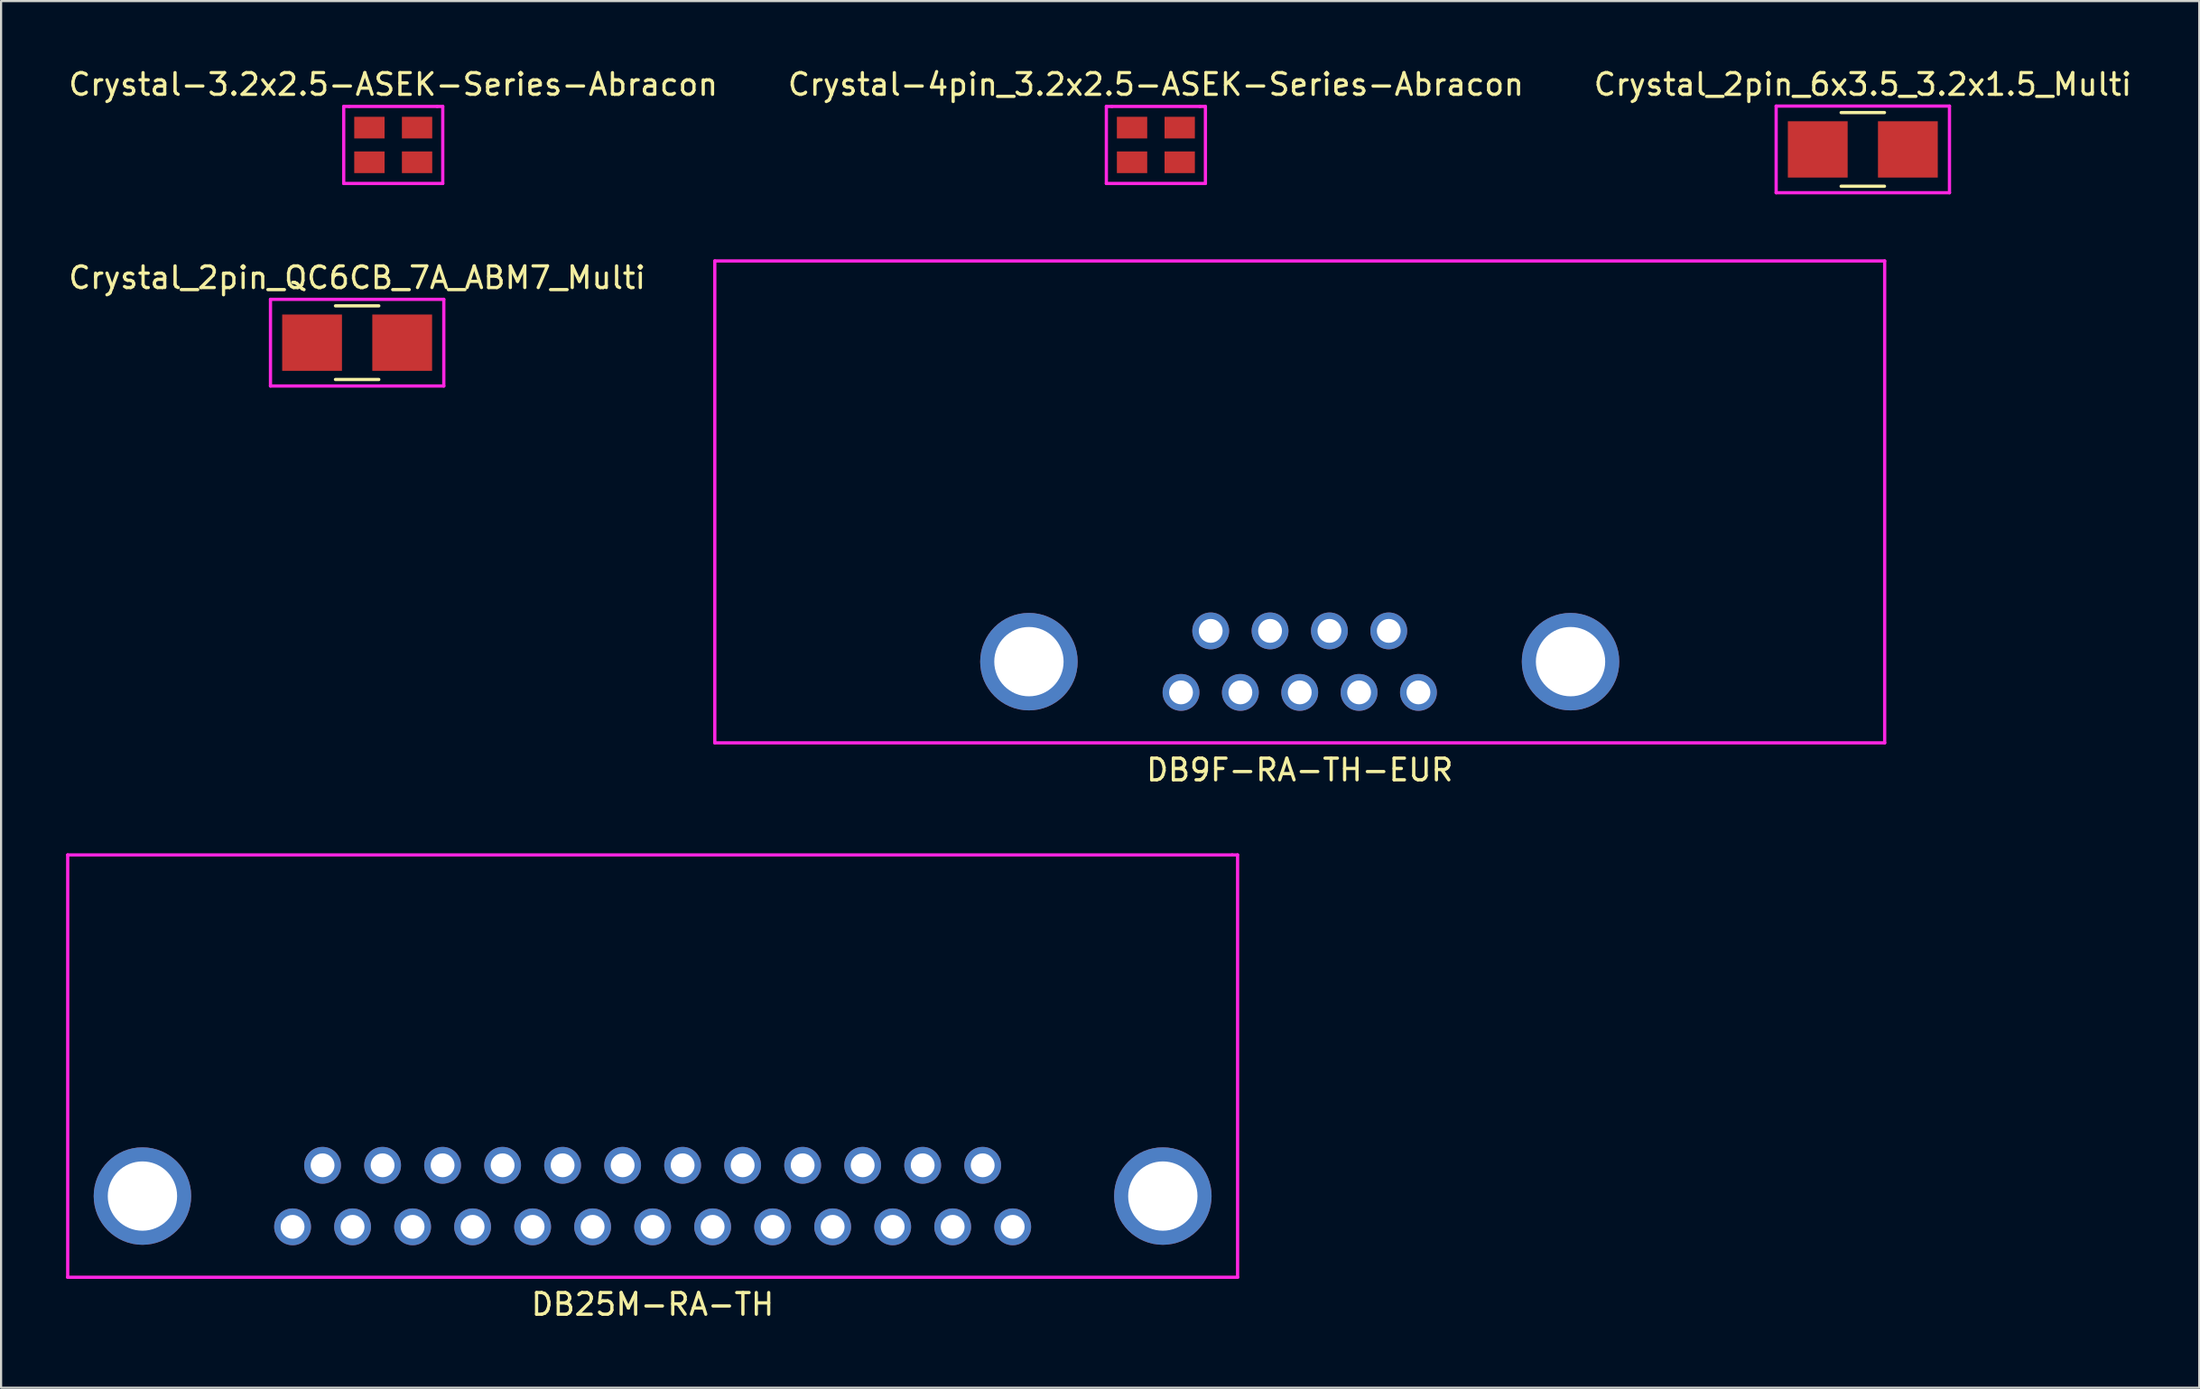
<source format=kicad_pcb>
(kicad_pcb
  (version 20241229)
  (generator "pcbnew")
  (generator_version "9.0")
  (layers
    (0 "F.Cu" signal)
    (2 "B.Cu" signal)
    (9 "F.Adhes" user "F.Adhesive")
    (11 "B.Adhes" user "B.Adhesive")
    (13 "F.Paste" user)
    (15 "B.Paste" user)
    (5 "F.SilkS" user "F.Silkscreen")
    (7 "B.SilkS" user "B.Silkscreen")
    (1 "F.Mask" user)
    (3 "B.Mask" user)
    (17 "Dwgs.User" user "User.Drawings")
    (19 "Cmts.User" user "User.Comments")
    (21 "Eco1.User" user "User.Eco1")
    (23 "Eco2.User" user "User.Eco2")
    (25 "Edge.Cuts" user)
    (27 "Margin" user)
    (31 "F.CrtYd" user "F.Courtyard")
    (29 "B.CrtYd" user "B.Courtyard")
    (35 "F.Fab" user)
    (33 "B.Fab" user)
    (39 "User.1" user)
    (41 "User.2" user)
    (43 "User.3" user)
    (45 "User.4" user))
  (footprint "Crystal-4pin_3.2x2.5-ASEK-Series-Abracon"
    (layer "F.Cu")
    (at 50.304 3.642)
    (property "Reference" "Crystal-4pin_3.2x2.5-ASEK-Series-Abracon" (at 0 -2.794 0) (layer "F.SilkS") (effects (font (size 1 1) (thickness 0.15))))
    (attr through_hole)
    (fp_line (start -2.286 -1.778) (end -2.032 -1.778) (stroke (width 0.15) (type solid)) (layer "F.CrtYd"))
    (fp_line (start -2.286 1.778) (end -2.286 -1.778) (stroke (width 0.15) (type solid)) (layer "F.CrtYd"))
    (fp_line (start -2.032 -1.778) (end 2.032 -1.778) (stroke (width 0.15) (type solid)) (layer "F.CrtYd"))
    (fp_line (start 2.032 -1.778) (end 2.286 -1.778) (stroke (width 0.15) (type solid)) (layer "F.CrtYd"))
    (fp_line (start 2.286 -1.778) (end 2.286 1.778) (stroke (width 0.15) (type solid)) (layer "F.CrtYd"))
    (fp_line (start 2.286 1.778) (end -2.286 1.778) (stroke (width 0.15) (type solid)) (layer "F.CrtYd"))
    (pad "1" smd rect (at -1.1 0.8) (size 1.4 1) (layers "F.Cu" "F.Mask" "F.Paste"))
    (pad "2" smd rect (at 1.1 0.8) (size 1.4 1) (layers "F.Cu" "F.Mask" "F.Paste"))
    (pad "3" smd rect (at 1.1 -0.8) (size 1.4 1) (layers "F.Cu" "F.Mask" "F.Paste"))
    (pad "4" smd rect (at -1.1 -0.8) (size 1.4 1) (layers "F.Cu" "F.Mask" "F.Paste")))
  (footprint "Crystal-3.2x2.5-ASEK-Series-Abracon"
    (layer "F.Cu")
    (at 15.101 3.642)
    (property "Reference" "Crystal-3.2x2.5-ASEK-Series-Abracon" (at 0 -2.794 0) (layer "F.SilkS") (effects (font (size 1 1) (thickness 0.15))))
    (attr through_hole)
    (fp_line (start -2.286 -1.778) (end -2.032 -1.778) (stroke (width 0.15) (type solid)) (layer "F.CrtYd"))
    (fp_line (start -2.286 1.778) (end -2.286 -1.778) (stroke (width 0.15) (type solid)) (layer "F.CrtYd"))
    (fp_line (start -2.032 -1.778) (end 2.032 -1.778) (stroke (width 0.15) (type solid)) (layer "F.CrtYd"))
    (fp_line (start 2.032 -1.778) (end 2.286 -1.778) (stroke (width 0.15) (type solid)) (layer "F.CrtYd"))
    (fp_line (start 2.286 -1.778) (end 2.286 1.778) (stroke (width 0.15) (type solid)) (layer "F.CrtYd"))
    (fp_line (start 2.286 1.778) (end -2.286 1.778) (stroke (width 0.15) (type solid)) (layer "F.CrtYd"))
    (pad "1" smd rect (at -1.1 -0.8) (size 1.4 1) (layers "F.Cu" "F.Mask" "F.Paste"))
    (pad "1" smd rect (at -1.1 0.8) (size 1.4 1) (layers "F.Cu" "F.Mask" "F.Paste"))
    (pad "2" smd rect (at 1.1 0.8) (size 1.4 1) (layers "F.Cu" "F.Mask" "F.Paste"))
    (pad "3" smd rect (at 1.1 -0.8) (size 1.4 1) (layers "F.Cu" "F.Mask" "F.Paste")))
  (footprint "DB9F-RA-TH-EUR"
    (layer "F.Cu")
    (at 56.944 27.498)
    (property "Reference" "DB9F-RA-TH-EUR" (at 0 5 0) (layer "F.SilkS") (effects (font (size 1 1) (thickness 0.15))))
    (attr through_hole)
    (fp_line (start -15.42 -11.62) (end -15.42 3.2) (stroke (width 0.15) (type solid)) (layer "F.Mask"))
    (fp_line (start -15.42 -11.62) (end 15.42 -11.62) (stroke (width 0.15) (type solid)) (layer "F.Mask"))
    (fp_line (start -15.42 3.2) (end 15.42 3.2) (stroke (width 0.15) (type solid)) (layer "F.Mask"))
    (fp_line (start -14 -2.5) (end -14 -11.62) (stroke (width 0.15) (type solid)) (layer "F.Mask"))
    (fp_line (start -11 -2.5) (end -11 -11.62) (stroke (width 0.15) (type solid)) (layer "F.Mask"))
    (fp_line (start -9 -7.5) (end -9 3.2) (stroke (width 0.15) (type solid)) (layer "F.Mask"))
    (fp_line (start -9 -7.5) (end 9 -7.5) (stroke (width 0.15) (type solid)) (layer "F.Mask"))
    (fp_line (start -8.12 -17.72) (end -8.12 -11.62) (stroke (width 0.15) (type solid)) (layer "F.Mask"))
    (fp_line (start -8.12 -17.72) (end 8.12 -17.72) (stroke (width 0.15) (type solid)) (layer "F.Mask"))
    (fp_line (start -7 -16.5) (end -7 -13) (stroke (width 0.15) (type solid)) (layer "F.Mask"))
    (fp_line (start -7 -16.5) (end -7 -13) (stroke (width 0.15) (type solid)) (layer "F.Mask"))
    (fp_line (start -7 -13) (end -4 -13) (stroke (width 0.15) (type solid)) (layer "F.Mask"))
    (fp_line (start -7 -13) (end -4 -13) (stroke (width 0.15) (type solid)) (layer "F.Mask"))
    (fp_line (start -6.805 0) (end -4.035 0) (stroke (width 0.15) (type solid)) (layer "F.Mask"))
    (fp_line (start -6.805 2.84) (end -6.805 0) (stroke (width 0.15) (type solid)) (layer "F.Mask"))
    (fp_line (start -4.035 0) (end -4.035 2.84) (stroke (width 0.15) (type solid)) (layer "F.Mask"))
    (fp_line (start -4.035 2.84) (end -6.805 2.84) (stroke (width 0.15) (type solid)) (layer "F.Mask"))
    (fp_line (start -4 -13) (end -4 -16.5) (stroke (width 0.15) (type solid)) (layer "F.Mask"))
    (fp_line (start -4 -13) (end -4 -16.5) (stroke (width 0.15) (type solid)) (layer "F.Mask"))
    (fp_line (start -1.5 -16.5) (end -1.5 -13) (stroke (width 0.15) (type solid)) (layer "F.Mask"))
    (fp_line (start -1.5 -13) (end 1.5 -13) (stroke (width 0.15) (type solid)) (layer "F.Mask"))
    (fp_line (start 1.5 -13) (end 1.5 -16.5) (stroke (width 0.15) (type solid)) (layer "F.Mask"))
    (fp_line (start 4 -16.5) (end 4 -13) (stroke (width 0.15) (type solid)) (layer "F.Mask"))
    (fp_line (start 4 -13) (end 7 -13) (stroke (width 0.15) (type solid)) (layer "F.Mask"))
    (fp_line (start 7 -13) (end 7 -16.5) (stroke (width 0.15) (type solid)) (layer "F.Mask"))
    (fp_line (start 8.12 -17.72) (end 8.12 -11.62) (stroke (width 0.15) (type solid)) (layer "F.Mask"))
    (fp_line (start 9 -7.5) (end 9 3.2) (stroke (width 0.15) (type solid)) (layer "F.Mask"))
    (fp_line (start 11 -2.5) (end 11 -11.62) (stroke (width 0.15) (type solid)) (layer "F.Mask"))
    (fp_line (start 14 -2.5) (end 14 -11.62) (stroke (width 0.15) (type solid)) (layer "F.Mask"))
    (fp_line (start 15.42 -11.62) (end 15.42 3.2) (stroke (width 0.15) (type solid)) (layer "F.Mask"))
    (fp_line (start -6.805 0) (end -4.035 0) (stroke (width 0.15) (type solid)) (layer "B.Mask"))
    (fp_line (start -6.805 2.84) (end -6.805 0) (stroke (width 0.15) (type solid)) (layer "B.Mask"))
    (fp_line (start -4.035 0) (end -4.035 2.84) (stroke (width 0.15) (type solid)) (layer "B.Mask"))
    (fp_line (start -4.035 2.84) (end -6.805 2.84) (stroke (width 0.15) (type solid)) (layer "B.Mask"))
    (fp_line (start -27 -18.5) (end 27 -18.5) (stroke (width 0.15) (type solid)) (layer "F.CrtYd"))
    (fp_line (start -27 3.75) (end -27 -18.5) (stroke (width 0.15) (type solid)) (layer "F.CrtYd"))
    (fp_line (start -27 3.75) (end 27 3.75) (stroke (width 0.15) (type solid)) (layer "F.CrtYd"))
    (fp_line (start 27 3.75) (end 27 -18.5) (stroke (width 0.15) (type solid)) (layer "F.CrtYd"))
    (pad "1" thru_hole circle (at -5.48 1.42 90) (size 1.7 1.7) (drill 1.1) (layers "*.Cu" "*.Mask"))
    (pad "2" thru_hole circle (at -2.74 1.42 90) (size 1.7 1.7) (drill 1.1) (layers "*.Cu" "*.Mask"))
    (pad "3" thru_hole circle (at 0 1.42 90) (size 1.7 1.7) (drill 1.1) (layers "*.Cu" "*.Mask"))
    (pad "4" thru_hole circle (at 2.74 1.42 90) (size 1.7 1.7) (drill 1.1) (layers "*.Cu" "*.Mask"))
    (pad "5" thru_hole circle (at 5.48 1.42 90) (size 1.7 1.7) (drill 1.1) (layers "*.Cu" "*.Mask"))
    (pad "6" thru_hole circle (at -4.11 -1.42 90) (size 1.7 1.7) (drill 1.1) (layers "*.Cu" "*.Mask"))
    (pad "7" thru_hole circle (at -1.37 -1.42 90) (size 1.7 1.7) (drill 1.1) (layers "*.Cu" "*.Mask"))
    (pad "8" thru_hole circle (at 1.37 -1.42 90) (size 1.7 1.7) (drill 1.1) (layers "*.Cu" "*.Mask"))
    (pad "9" thru_hole circle (at 4.11 -1.42 90) (size 1.7 1.7) (drill 1.1) (layers "*.Cu" "*.Mask"))
    (pad "26" thru_hole circle (at -12.5 0) (size 4.5 4.5) (drill 3.2) (layers "*.Cu" "*.Mask"))
    (pad "26" thru_hole circle (at 12.5 0 90) (size 4.5 4.5) (drill 3.2) (layers "*.Cu" "*.Mask")))
  (footprint "Crystal_2pin_6x3.5_3.2x1.5_Multi"
    (layer "F.Cu")
    (at 82.935 3.848)
    (property "Reference" "Crystal_2pin_6x3.5_3.2x1.5_Multi" (at 0 -3 0) (layer "F.SilkS") (effects (font (size 1 1) (thickness 0.15))))
    (attr through_hole)
    (fp_line (start -1 -1.7) (end 1 -1.7) (stroke (width 0.15) (type solid)) (layer "F.SilkS"))
    (fp_line (start -1 1.7) (end 1 1.7) (stroke (width 0.15) (type solid)) (layer "F.SilkS"))
    (fp_line (start -4 -2) (end -4 2) (stroke (width 0.15) (type solid)) (layer "F.CrtYd"))
    (fp_line (start -4 -2) (end 4 -2) (stroke (width 0.15) (type solid)) (layer "F.CrtYd"))
    (fp_line (start 4 -2) (end 4 2) (stroke (width 0.15) (type solid)) (layer "F.CrtYd"))
    (fp_line (start 4 2) (end -4 2) (stroke (width 0.15) (type solid)) (layer "F.CrtYd"))
    (pad "1" smd rect (at -2.08 0) (size 2.76 2.6) (layers "F.Cu" "F.Mask" "F.Paste"))
    (pad "2" smd rect (at 2.08 0) (size 2.76 2.6) (layers "F.Cu" "F.Mask" "F.Paste")))
  (footprint "DB25M-RA-TH"
    (layer "F.Cu")
    (at 27.075 52.172)
    (property "Reference" "DB25M-RA-TH" (at 0 5 0) (layer "F.SilkS") (effects (font (size 1 1) (thickness 0.15))))
    (attr through_hole)
    (fp_line (start -26.52 -9.5) (end -26.52 3.2) (stroke (width 0.15) (type solid)) (layer "F.Mask"))
    (fp_line (start -26.52 -9.5) (end 26.52 -9.5) (stroke (width 0.15) (type solid)) (layer "F.Mask"))
    (fp_line (start -26.52 3.2) (end 26.52 3.2) (stroke (width 0.15) (type solid)) (layer "F.Mask"))
    (fp_line (start -25.5 -2.5) (end -25.5 -9.5) (stroke (width 0.15) (type solid)) (layer "F.Mask"))
    (fp_line (start -21.5 -2.5) (end -21.5 -9.5) (stroke (width 0.15) (type solid)) (layer "F.Mask"))
    (fp_line (start -19.48 -15.3) (end -19.48 -9.5) (stroke (width 0.15) (type solid)) (layer "F.Mask"))
    (fp_line (start -19.48 -15.3) (end 19.48 -15.3) (stroke (width 0.15) (type solid)) (layer "F.Mask"))
    (fp_line (start -19.48 -7.5) (end -19.48 3.2) (stroke (width 0.15) (type solid)) (layer "F.Mask"))
    (fp_line (start -19.48 -7.5) (end 19.48 -7.5) (stroke (width 0.15) (type solid)) (layer "F.Mask"))
    (fp_line (start -18 -14) (end -18 -10.5) (stroke (width 0.15) (type solid)) (layer "F.Mask"))
    (fp_line (start -18 -10.5) (end -15 -10.5) (stroke (width 0.15) (type solid)) (layer "F.Mask"))
    (fp_line (start -15 -10.5) (end -15 -14) (stroke (width 0.15) (type solid)) (layer "F.Mask"))
    (fp_line (start -12.5 -14) (end -12.5 -10.5) (stroke (width 0.15) (type solid)) (layer "F.Mask"))
    (fp_line (start -12.5 -14) (end -12.5 -10.5) (stroke (width 0.15) (type solid)) (layer "F.Mask"))
    (fp_line (start -12.5 -10.5) (end -9.5 -10.5) (stroke (width 0.15) (type solid)) (layer "F.Mask"))
    (fp_line (start -12.5 -10.5) (end -9.5 -10.5) (stroke (width 0.15) (type solid)) (layer "F.Mask"))
    (fp_line (start -9.5 -10.5) (end -9.5 -14) (stroke (width 0.15) (type solid)) (layer "F.Mask"))
    (fp_line (start -9.5 -10.5) (end -9.5 -14) (stroke (width 0.15) (type solid)) (layer "F.Mask"))
    (fp_line (start -7 -14) (end -7 -10.5) (stroke (width 0.15) (type solid)) (layer "F.Mask"))
    (fp_line (start -7 -14) (end -7 -10.5) (stroke (width 0.15) (type solid)) (layer "F.Mask"))
    (fp_line (start -7 -10.5) (end -4 -10.5) (stroke (width 0.15) (type solid)) (layer "F.Mask"))
    (fp_line (start -7 -10.5) (end -4 -10.5) (stroke (width 0.15) (type solid)) (layer "F.Mask"))
    (fp_line (start -4 -10.5) (end -4 -14) (stroke (width 0.15) (type solid)) (layer "F.Mask"))
    (fp_line (start -4 -10.5) (end -4 -14) (stroke (width 0.15) (type solid)) (layer "F.Mask"))
    (fp_line (start -1.5 -14) (end -1.5 -10.5) (stroke (width 0.15) (type solid)) (layer "F.Mask"))
    (fp_line (start -1.5 -10.5) (end 1.5 -10.5) (stroke (width 0.15) (type solid)) (layer "F.Mask"))
    (fp_line (start 1.5 -10.5) (end 1.5 -14) (stroke (width 0.15) (type solid)) (layer "F.Mask"))
    (fp_line (start 4 -14) (end 4 -10.5) (stroke (width 0.15) (type solid)) (layer "F.Mask"))
    (fp_line (start 4 -10.5) (end 7 -10.5) (stroke (width 0.15) (type solid)) (layer "F.Mask"))
    (fp_line (start 7 -10.5) (end 7 -14) (stroke (width 0.15) (type solid)) (layer "F.Mask"))
    (fp_line (start 9.5 -14) (end 9.5 -10.5) (stroke (width 0.15) (type solid)) (layer "F.Mask"))
    (fp_line (start 9.5 -14) (end 9.5 -10.5) (stroke (width 0.15) (type solid)) (layer "F.Mask"))
    (fp_line (start 9.5 -10.5) (end 12.5 -10.5) (stroke (width 0.15) (type solid)) (layer "F.Mask"))
    (fp_line (start 9.5 -10.5) (end 12.5 -10.5) (stroke (width 0.15) (type solid)) (layer "F.Mask"))
    (fp_line (start 12.5 -10.5) (end 12.5 -14) (stroke (width 0.15) (type solid)) (layer "F.Mask"))
    (fp_line (start 12.5 -10.5) (end 12.5 -14) (stroke (width 0.15) (type solid)) (layer "F.Mask"))
    (fp_line (start 15 -14) (end 15 -10.5) (stroke (width 0.15) (type solid)) (layer "F.Mask"))
    (fp_line (start 15 -14) (end 15 -10.5) (stroke (width 0.15) (type solid)) (layer "F.Mask"))
    (fp_line (start 15 -10.5) (end 18 -10.5) (stroke (width 0.15) (type solid)) (layer "F.Mask"))
    (fp_line (start 15 -10.5) (end 18 -10.5) (stroke (width 0.15) (type solid)) (layer "F.Mask"))
    (fp_line (start 15.235 0) (end 18.005 0) (stroke (width 0.15) (type solid)) (layer "F.Mask"))
    (fp_line (start 15.235 2.84) (end 15.235 0) (stroke (width 0.15) (type solid)) (layer "F.Mask"))
    (fp_line (start 18 -10.5) (end 18 -14) (stroke (width 0.15) (type solid)) (layer "F.Mask"))
    (fp_line (start 18 -10.5) (end 18 -14) (stroke (width 0.15) (type solid)) (layer "F.Mask"))
    (fp_line (start 18.005 0) (end 18.005 2.84) (stroke (width 0.15) (type solid)) (layer "F.Mask"))
    (fp_line (start 18.005 2.84) (end 15.235 2.84) (stroke (width 0.15) (type solid)) (layer "F.Mask"))
    (fp_line (start 19.48 -15.3) (end 19.48 -9.5) (stroke (width 0.15) (type solid)) (layer "F.Mask"))
    (fp_line (start 19.48 -7.5) (end 19.48 3.2) (stroke (width 0.15) (type solid)) (layer "F.Mask"))
    (fp_line (start 21.5 -2.5) (end 21.5 -9.5) (stroke (width 0.15) (type solid)) (layer "F.Mask"))
    (fp_line (start 25.5 -2.5) (end 25.5 -9.5) (stroke (width 0.15) (type solid)) (layer "F.Mask"))
    (fp_line (start 26.52 -9.5) (end 26.52 3.2) (stroke (width 0.15) (type solid)) (layer "F.Mask"))
    (fp_line (start 15.235 0) (end 18.005 0) (stroke (width 0.15) (type solid)) (layer "B.Mask"))
    (fp_line (start 15.235 2.84) (end 15.235 0) (stroke (width 0.15) (type solid)) (layer "B.Mask"))
    (fp_line (start 18.005 0) (end 18.005 2.84) (stroke (width 0.15) (type solid)) (layer "B.Mask"))
    (fp_line (start 18.005 2.84) (end 15.235 2.84) (stroke (width 0.15) (type solid)) (layer "B.Mask"))
    (fp_line (start -27 -15.75) (end 26.75 -15.75) (stroke (width 0.15) (type solid)) (layer "F.CrtYd"))
    (fp_line (start -27 3.75) (end -27 -15.75) (stroke (width 0.15) (type solid)) (layer "F.CrtYd"))
    (fp_line (start -27 3.75) (end 27 3.75) (stroke (width 0.15) (type solid)) (layer "F.CrtYd"))
    (fp_line (start 27 -15.75) (end 26.75 -15.75) (stroke (width 0.15) (type solid)) (layer "F.CrtYd"))
    (fp_line (start 27 3.75) (end 27 -15.75) (stroke (width 0.15) (type solid)) (layer "F.CrtYd"))
    (pad "1" thru_hole circle (at 16.62 1.42 90) (size 1.7 1.7) (drill 1.1) (layers "*.Cu" "*.Mask"))
    (pad "2" thru_hole circle (at 13.85 1.42 90) (size 1.7 1.7) (drill 1.1) (layers "*.Cu" "*.Mask"))
    (pad "3" thru_hole circle (at 11.08 1.42 90) (size 1.7 1.7) (drill 1.1) (layers "*.Cu" "*.Mask"))
    (pad "4" thru_hole circle (at 8.31 1.42 90) (size 1.7 1.7) (drill 1.1) (layers "*.Cu" "*.Mask"))
    (pad "5" thru_hole circle (at 5.54 1.42 90) (size 1.7 1.7) (drill 1.1) (layers "*.Cu" "*.Mask"))
    (pad "6" thru_hole circle (at 2.77 1.42 90) (size 1.7 1.7) (drill 1.1) (layers "*.Cu" "*.Mask"))
    (pad "7" thru_hole circle (at 0 1.42 90) (size 1.7 1.7) (drill 1.1) (layers "*.Cu" "*.Mask"))
    (pad "8" thru_hole circle (at -2.77 1.42 90) (size 1.7 1.7) (drill 1.1) (layers "*.Cu" "*.Mask"))
    (pad "9" thru_hole circle (at -5.54 1.42 90) (size 1.7 1.7) (drill 1.1) (layers "*.Cu" "*.Mask"))
    (pad "10" thru_hole circle (at -8.31 1.42 90) (size 1.7 1.7) (drill 1.1) (layers "*.Cu" "*.Mask"))
    (pad "11" thru_hole circle (at -11.08 1.42 90) (size 1.7 1.7) (drill 1.1) (layers "*.Cu" "*.Mask"))
    (pad "12" thru_hole circle (at -13.85 1.42 90) (size 1.7 1.7) (drill 1.1) (layers "*.Cu" "*.Mask"))
    (pad "13" thru_hole circle (at -16.62 1.42 90) (size 1.7 1.7) (drill 1.1) (layers "*.Cu" "*.Mask"))
    (pad "14" thru_hole circle (at 15.235 -1.42 90) (size 1.7 1.7) (drill 1.1) (layers "*.Cu" "*.Mask"))
    (pad "15" thru_hole circle (at 12.465 -1.42 90) (size 1.7 1.7) (drill 1.1) (layers "*.Cu" "*.Mask"))
    (pad "16" thru_hole circle (at 9.695 -1.42 90) (size 1.7 1.7) (drill 1.1) (layers "*.Cu" "*.Mask"))
    (pad "17" thru_hole circle (at 6.925 -1.42 90) (size 1.7 1.7) (drill 1.1) (layers "*.Cu" "*.Mask"))
    (pad "18" thru_hole circle (at 4.155 -1.42 90) (size 1.7 1.7) (drill 1.1) (layers "*.Cu" "*.Mask"))
    (pad "19" thru_hole circle (at 1.385 -1.42 90) (size 1.7 1.7) (drill 1.1) (layers "*.Cu" "*.Mask"))
    (pad "20" thru_hole circle (at -1.385 -1.42 90) (size 1.7 1.7) (drill 1.1) (layers "*.Cu" "*.Mask"))
    (pad "21" thru_hole circle (at -4.155 -1.42 90) (size 1.7 1.7) (drill 1.1) (layers "*.Cu" "*.Mask"))
    (pad "22" thru_hole circle (at -6.925 -1.42 90) (size 1.7 1.7) (drill 1.1) (layers "*.Cu" "*.Mask"))
    (pad "23" thru_hole circle (at -9.695 -1.42 90) (size 1.7 1.7) (drill 1.1) (layers "*.Cu" "*.Mask"))
    (pad "24" thru_hole circle (at -12.465 -1.42 90) (size 1.7 1.7) (drill 1.1) (layers "*.Cu" "*.Mask"))
    (pad "25" thru_hole circle (at -15.235 -1.42 90) (size 1.7 1.7) (drill 1.1) (layers "*.Cu" "*.Mask"))
    (pad "26" thru_hole circle (at -23.55 0) (size 4.5 4.5) (drill 3.2) (layers "*.Cu" "*.Mask"))
    (pad "26" thru_hole circle (at 23.55 0 90) (size 4.5 4.5) (drill 3.2) (layers "*.Cu" "*.Mask")))
  (footprint "Crystal_2pin_QC6CB_7A_ABM7_Multi"
    (layer "F.Cu")
    (at 13.435 12.771)
    (property "Reference" "Crystal_2pin_QC6CB_7A_ABM7_Multi" (at 0 -3 0) (layer "F.SilkS") (effects (font (size 1 1) (thickness 0.15))))
    (attr through_hole)
    (fp_line (start -1 -1.7) (end 1 -1.7) (stroke (width 0.15) (type solid)) (layer "F.SilkS"))
    (fp_line (start -1 1.7) (end 1 1.7) (stroke (width 0.15) (type solid)) (layer "F.SilkS"))
    (fp_line (start -4 -2) (end -4 2) (stroke (width 0.15) (type solid)) (layer "F.CrtYd"))
    (fp_line (start -4 -2) (end 4 -2) (stroke (width 0.15) (type solid)) (layer "F.CrtYd"))
    (fp_line (start 4 -2) (end 4 2) (stroke (width 0.15) (type solid)) (layer "F.CrtYd"))
    (fp_line (start 4 2) (end -4 2) (stroke (width 0.15) (type solid)) (layer "F.CrtYd"))
    (pad "1" smd rect (at -2.08 0) (size 2.76 2.6) (layers "F.Cu" "F.Mask" "F.Paste"))
    (pad "2" smd rect (at 2.08 0) (size 2.76 2.6) (layers "F.Cu" "F.Mask" "F.Paste")))
  (gr_rect
    (start -3 -3)
    (end 98.464 61.02)
    (stroke (width 0.1) (type default))
    (fill no)
    (layer "Edge.Cuts")))
</source>
